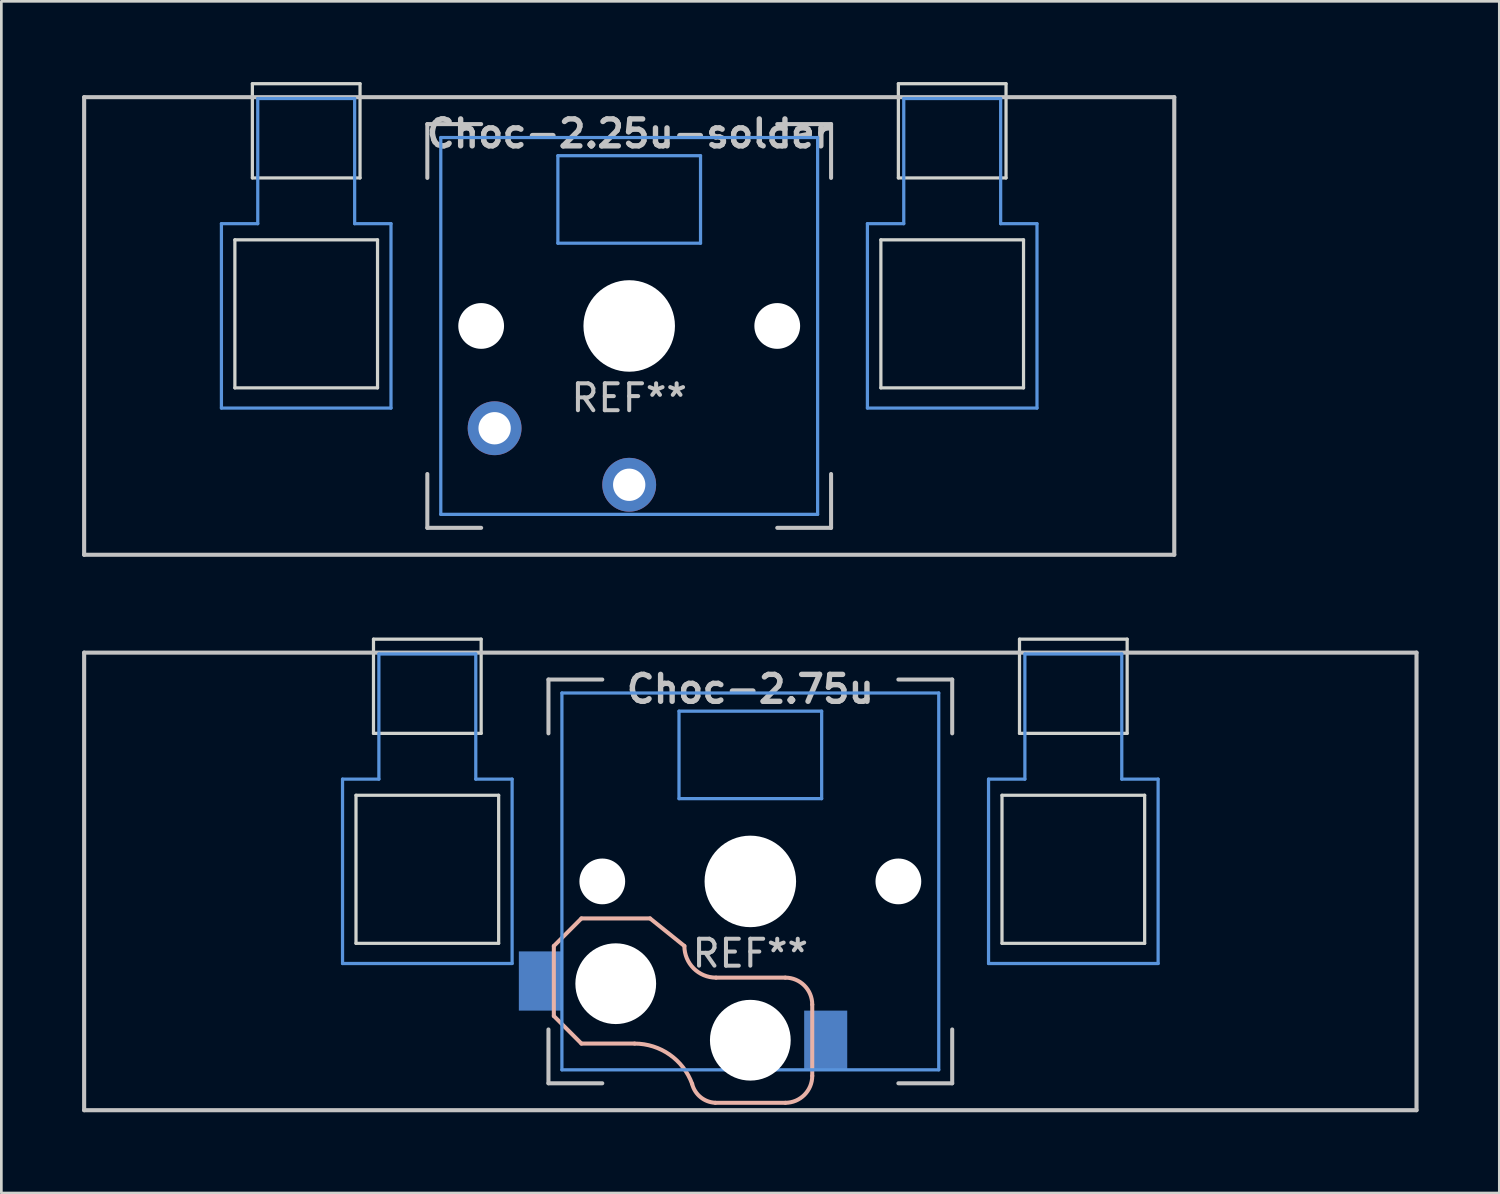
<source format=kicad_pcb>
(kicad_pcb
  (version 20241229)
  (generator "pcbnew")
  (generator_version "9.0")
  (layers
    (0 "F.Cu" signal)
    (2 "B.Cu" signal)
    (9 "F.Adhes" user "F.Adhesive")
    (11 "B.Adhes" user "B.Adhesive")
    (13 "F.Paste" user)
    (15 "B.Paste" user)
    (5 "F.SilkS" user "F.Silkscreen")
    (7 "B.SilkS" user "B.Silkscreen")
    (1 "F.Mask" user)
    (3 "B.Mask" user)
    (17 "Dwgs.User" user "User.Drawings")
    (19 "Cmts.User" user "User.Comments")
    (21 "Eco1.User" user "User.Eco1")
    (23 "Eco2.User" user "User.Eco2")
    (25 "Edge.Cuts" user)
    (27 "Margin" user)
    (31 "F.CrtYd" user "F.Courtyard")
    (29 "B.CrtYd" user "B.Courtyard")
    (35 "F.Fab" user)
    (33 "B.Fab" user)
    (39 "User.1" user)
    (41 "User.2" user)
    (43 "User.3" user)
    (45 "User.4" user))
  (footprint "Choc-2.25u-solder"
    (layer "F.Cu")
    (at 20.326 9.06)
    (property "Reference" "Choc-2.25u-solder" (at 0 -7.144 180) (layer "Dwgs.User") (effects (font (size 1 1) (thickness 0.2))))
    (attr through_hole)
    (fp_line (start -20.25 -8.5) (end 20.25 -8.5) (stroke (width 0.152) (type solid)) (layer "Dwgs.User"))
    (fp_line (start -20.25 8.5) (end -20.25 -8.5) (stroke (width 0.152) (type solid)) (layer "Dwgs.User"))
    (fp_line (start -7.5 -7.5) (end -7.5 -5.5) (stroke (width 0.15) (type solid)) (layer "Dwgs.User"))
    (fp_line (start -7.5 7.5) (end -7.5 5.5) (stroke (width 0.15) (type solid)) (layer "Dwgs.User"))
    (fp_line (start -5.5 -7.5) (end -7.5 -7.5) (stroke (width 0.15) (type solid)) (layer "Dwgs.User"))
    (fp_line (start -5.5 7.5) (end -7.5 7.5) (stroke (width 0.15) (type solid)) (layer "Dwgs.User"))
    (fp_line (start 5.5 -7.5) (end 7.5 -7.5) (stroke (width 0.15) (type solid)) (layer "Dwgs.User"))
    (fp_line (start 5.5 7.5) (end 7.5 7.5) (stroke (width 0.15) (type solid)) (layer "Dwgs.User"))
    (fp_line (start 7.5 -7.5) (end 7.5 -5.5) (stroke (width 0.15) (type solid)) (layer "Dwgs.User"))
    (fp_line (start 7.5 7.5) (end 7.5 5.5) (stroke (width 0.15) (type solid)) (layer "Dwgs.User"))
    (fp_line (start 20.25 -8.5) (end 20.25 8.5) (stroke (width 0.152) (type solid)) (layer "Dwgs.User"))
    (fp_line (start 20.25 8.5) (end -20.25 8.5) (stroke (width 0.152) (type solid)) (layer "Dwgs.User"))
    (fp_line (start -15.15 -3.8) (end -13.8 -3.8) (stroke (width 0.12) (type solid)) (layer "Cmts.User"))
    (fp_line (start -15.15 3.05) (end -15.15 -3.8) (stroke (width 0.12) (type solid)) (layer "Cmts.User"))
    (fp_line (start -15.15 3.05) (end -8.85 3.05) (stroke (width 0.12) (type solid)) (layer "Cmts.User"))
    (fp_line (start -13.8 -8.45) (end -13.8 -3.8) (stroke (width 0.12) (type solid)) (layer "Cmts.User"))
    (fp_line (start -13.8 -8.45) (end -10.2 -8.45) (stroke (width 0.12) (type solid)) (layer "Cmts.User"))
    (fp_line (start -10.2 -8.45) (end -10.2 -3.8) (stroke (width 0.12) (type solid)) (layer "Cmts.User"))
    (fp_line (start -10.2 -3.8) (end -8.85 -3.8) (stroke (width 0.12) (type solid)) (layer "Cmts.User"))
    (fp_line (start -8.85 3.05) (end -8.85 -3.8) (stroke (width 0.12) (type solid)) (layer "Cmts.User"))
    (fp_line (start -7 -7) (end -7 7) (stroke (width 0.12) (type solid)) (layer "Cmts.User"))
    (fp_line (start -7 7) (end 7 7) (stroke (width 0.12) (type solid)) (layer "Cmts.User"))
    (fp_line (start -2.65 -6.325) (end 2.65 -6.325) (stroke (width 0.12) (type solid)) (layer "Cmts.User"))
    (fp_line (start -2.65 -3.075) (end -2.65 -6.325) (stroke (width 0.12) (type solid)) (layer "Cmts.User"))
    (fp_line (start 2.65 -6.325) (end 2.65 -3.075) (stroke (width 0.12) (type solid)) (layer "Cmts.User"))
    (fp_line (start 2.65 -3.075) (end -2.65 -3.075) (stroke (width 0.12) (type solid)) (layer "Cmts.User"))
    (fp_line (start 7 -7) (end -7 -7) (stroke (width 0.12) (type solid)) (layer "Cmts.User"))
    (fp_line (start 7 7) (end 7 -7) (stroke (width 0.12) (type solid)) (layer "Cmts.User"))
    (fp_line (start 8.85 -3.8) (end 10.2 -3.8) (stroke (width 0.12) (type solid)) (layer "Cmts.User"))
    (fp_line (start 8.85 3.05) (end 8.85 -3.8) (stroke (width 0.12) (type solid)) (layer "Cmts.User"))
    (fp_line (start 8.85 3.05) (end 15.15 3.05) (stroke (width 0.12) (type solid)) (layer "Cmts.User"))
    (fp_line (start 10.2 -8.45) (end 10.2 -3.8) (stroke (width 0.12) (type solid)) (layer "Cmts.User"))
    (fp_line (start 10.2 -8.45) (end 13.8 -8.45) (stroke (width 0.12) (type solid)) (layer "Cmts.User"))
    (fp_line (start 13.8 -8.45) (end 13.8 -3.8) (stroke (width 0.12) (type solid)) (layer "Cmts.User"))
    (fp_line (start 13.8 -3.8) (end 15.15 -3.8) (stroke (width 0.12) (type solid)) (layer "Cmts.User"))
    (fp_line (start 15.15 3.05) (end 15.15 -3.8) (stroke (width 0.12) (type solid)) (layer "Cmts.User"))
    (fp_line (start -14.65 -3.2) (end -14.65 2.3) (stroke (width 0.12) (type solid)) (layer "Edge.Cuts"))
    (fp_line (start -14.65 -3.2) (end -9.35 -3.2) (stroke (width 0.12) (type solid)) (layer "Edge.Cuts"))
    (fp_line (start -14.65 2.3) (end -9.35 2.3) (stroke (width 0.12) (type solid)) (layer "Edge.Cuts"))
    (fp_line (start -14 -9) (end -14 -5.5) (stroke (width 0.12) (type solid)) (layer "Edge.Cuts"))
    (fp_line (start -14 -9) (end -10 -9) (stroke (width 0.12) (type solid)) (layer "Edge.Cuts"))
    (fp_line (start -14 -5.5) (end -10 -5.5) (stroke (width 0.12) (type solid)) (layer "Edge.Cuts"))
    (fp_line (start -10 -5.5) (end -10 -9) (stroke (width 0.12) (type solid)) (layer "Edge.Cuts"))
    (fp_line (start -9.35 2.3) (end -9.35 -3.2) (stroke (width 0.12) (type solid)) (layer "Edge.Cuts"))
    (fp_line (start 9.35 -3.2) (end 9.35 2.3) (stroke (width 0.12) (type solid)) (layer "Edge.Cuts"))
    (fp_line (start 9.35 -3.2) (end 14.65 -3.2) (stroke (width 0.12) (type solid)) (layer "Edge.Cuts"))
    (fp_line (start 9.35 2.3) (end 14.65 2.3) (stroke (width 0.12) (type solid)) (layer "Edge.Cuts"))
    (fp_line (start 10 -9) (end 10 -5.5) (stroke (width 0.12) (type solid)) (layer "Edge.Cuts"))
    (fp_line (start 10 -9) (end 14 -9) (stroke (width 0.12) (type solid)) (layer "Edge.Cuts"))
    (fp_line (start 10 -5.5) (end 14 -5.5) (stroke (width 0.12) (type solid)) (layer "Edge.Cuts"))
    (fp_line (start 14 -5.5) (end 14 -9) (stroke (width 0.12) (type solid)) (layer "Edge.Cuts"))
    (fp_line (start 14.65 2.3) (end 14.65 -3.2) (stroke (width 0.12) (type solid)) (layer "Edge.Cuts"))
    (fp_text user "REF**" (at 0 2.675 0) (layer "Dwgs.User") (effects (font (size 1 1) (thickness 0.15))))
    (pad "" np_thru_hole circle (at -5.5 0 180) (size 1.7 1.7) (drill 1.7) (layers "*.Cu" "*.Mask"))
    (pad "" np_thru_hole circle (at 0 0 90) (size 3.4 3.4) (drill 3.4) (layers "*.Cu" "*.Mask"))
    (pad "" np_thru_hole circle (at 5.5 0 180) (size 1.7 1.7) (drill 1.7) (layers "*.Cu" "*.Mask"))
    (pad "1" thru_hole circle (at 0 5.9 180) (size 2 2) (drill 1.2) (layers "*.Cu" "*.Mask"))
    (pad "2" thru_hole circle (at -5 3.8 41.9) (size 2 2) (drill 1.2) (layers "*.Cu" "*.Mask")))
  (footprint "Choc-2.75u"
    (layer "F.Cu")
    (at 24.826 29.696)
    (property "Reference" "Choc-2.75u" (at 0 -7.144 180) (layer "Dwgs.User") (effects (font (size 1 1) (thickness 0.2))))
    (attr through_hole)
    (fp_line (start -7.3 2.4) (end -7.3 5) (stroke (width 0.15) (type solid)) (layer "B.SilkS"))
    (fp_line (start -7.3 2.4) (end -6.275 1.375) (stroke (width 0.15) (type solid)) (layer "B.SilkS"))
    (fp_line (start -7.3 5) (end -6.275 6.025) (stroke (width 0.15) (type solid)) (layer "B.SilkS"))
    (fp_line (start -4.3 6.025) (end -6.275 6.025) (stroke (width 0.15) (type solid)) (layer "B.SilkS"))
    (fp_line (start -3.725 1.375) (end -6.275 1.375) (stroke (width 0.15) (type solid)) (layer "B.SilkS"))
    (fp_line (start -3.725 1.375) (end -2.45 2.4) (stroke (width 0.15) (type solid)) (layer "B.SilkS"))
    (fp_line (start 1.3 3.575) (end -1.275 3.575) (stroke (width 0.15) (type solid)) (layer "B.SilkS"))
    (fp_line (start 1.3 8.225) (end -1.3 8.225) (stroke (width 0.15) (type solid)) (layer "B.SilkS"))
    (fp_line (start 2.3 4.575) (end 2.3 7.225) (stroke (width 0.15) (type solid)) (layer "B.SilkS"))
    (fp_arc (start -4.3 6.025) (mid -2.995114 6.436429) (end -2.162199 7.521904) (stroke (width 0.15) (type solid)) (layer "B.SilkS"))
    (fp_arc (start -1.300995 8.223791) (mid -1.848284 8.016021) (end -2.162199 7.521904) (stroke (width 0.15) (type solid)) (layer "B.SilkS"))
    (fp_arc (start -1.275 3.575) (mid -2.10585 3.23085) (end -2.45 2.4) (stroke (width 0.15) (type solid)) (layer "B.SilkS"))
    (fp_arc (start 1.3 3.575) (mid 2.007107 3.867893) (end 2.3 4.575) (stroke (width 0.15) (type solid)) (layer "B.SilkS"))
    (fp_arc (start 2.3 7.225) (mid 2.007107 7.932107) (end 1.3 8.225) (stroke (width 0.15) (type solid)) (layer "B.SilkS"))
    (fp_line (start -24.75 -8.5) (end 24.75 -8.5) (stroke (width 0.152) (type solid)) (layer "Dwgs.User"))
    (fp_line (start -24.75 8.5) (end -24.75 -8.5) (stroke (width 0.152) (type solid)) (layer "Dwgs.User"))
    (fp_line (start -7.5 -7.5) (end -7.5 -5.5) (stroke (width 0.15) (type solid)) (layer "Dwgs.User"))
    (fp_line (start -7.5 7.5) (end -7.5 5.5) (stroke (width 0.15) (type solid)) (layer "Dwgs.User"))
    (fp_line (start -5.5 -7.5) (end -7.5 -7.5) (stroke (width 0.15) (type solid)) (layer "Dwgs.User"))
    (fp_line (start -5.5 7.5) (end -7.5 7.5) (stroke (width 0.15) (type solid)) (layer "Dwgs.User"))
    (fp_line (start 5.5 -7.5) (end 7.5 -7.5) (stroke (width 0.15) (type solid)) (layer "Dwgs.User"))
    (fp_line (start 5.5 7.5) (end 7.5 7.5) (stroke (width 0.15) (type solid)) (layer "Dwgs.User"))
    (fp_line (start 7.5 -7.5) (end 7.5 -5.5) (stroke (width 0.15) (type solid)) (layer "Dwgs.User"))
    (fp_line (start 7.5 7.5) (end 7.5 5.5) (stroke (width 0.15) (type solid)) (layer "Dwgs.User"))
    (fp_line (start 24.75 -8.5) (end 24.75 8.5) (stroke (width 0.152) (type solid)) (layer "Dwgs.User"))
    (fp_line (start 24.75 8.5) (end -24.75 8.5) (stroke (width 0.152) (type solid)) (layer "Dwgs.User"))
    (fp_line (start -15.15 -3.8) (end -13.8 -3.8) (stroke (width 0.12) (type solid)) (layer "Cmts.User"))
    (fp_line (start -15.15 3.05) (end -15.15 -3.8) (stroke (width 0.12) (type solid)) (layer "Cmts.User"))
    (fp_line (start -15.15 3.05) (end -8.85 3.05) (stroke (width 0.12) (type solid)) (layer "Cmts.User"))
    (fp_line (start -13.8 -8.45) (end -13.8 -3.8) (stroke (width 0.12) (type solid)) (layer "Cmts.User"))
    (fp_line (start -13.8 -8.45) (end -10.2 -8.45) (stroke (width 0.12) (type solid)) (layer "Cmts.User"))
    (fp_line (start -10.2 -8.45) (end -10.2 -3.8) (stroke (width 0.12) (type solid)) (layer "Cmts.User"))
    (fp_line (start -10.2 -3.8) (end -8.85 -3.8) (stroke (width 0.12) (type solid)) (layer "Cmts.User"))
    (fp_line (start -8.85 3.05) (end -8.85 -3.8) (stroke (width 0.12) (type solid)) (layer "Cmts.User"))
    (fp_line (start -7 -7) (end -7 7) (stroke (width 0.12) (type solid)) (layer "Cmts.User"))
    (fp_line (start -7 7) (end 7 7) (stroke (width 0.12) (type solid)) (layer "Cmts.User"))
    (fp_line (start -2.65 -6.325) (end 2.65 -6.325) (stroke (width 0.12) (type solid)) (layer "Cmts.User"))
    (fp_line (start -2.65 -3.075) (end -2.65 -6.325) (stroke (width 0.12) (type solid)) (layer "Cmts.User"))
    (fp_line (start 2.65 -6.325) (end 2.65 -3.075) (stroke (width 0.12) (type solid)) (layer "Cmts.User"))
    (fp_line (start 2.65 -3.075) (end -2.65 -3.075) (stroke (width 0.12) (type solid)) (layer "Cmts.User"))
    (fp_line (start 7 -7) (end -7 -7) (stroke (width 0.12) (type solid)) (layer "Cmts.User"))
    (fp_line (start 7 7) (end 7 -7) (stroke (width 0.12) (type solid)) (layer "Cmts.User"))
    (fp_line (start 8.85 -3.8) (end 10.2 -3.8) (stroke (width 0.12) (type solid)) (layer "Cmts.User"))
    (fp_line (start 8.85 3.05) (end 8.85 -3.8) (stroke (width 0.12) (type solid)) (layer "Cmts.User"))
    (fp_line (start 8.85 3.05) (end 15.15 3.05) (stroke (width 0.12) (type solid)) (layer "Cmts.User"))
    (fp_line (start 10.2 -8.45) (end 10.2 -3.8) (stroke (width 0.12) (type solid)) (layer "Cmts.User"))
    (fp_line (start 10.2 -8.45) (end 13.8 -8.45) (stroke (width 0.12) (type solid)) (layer "Cmts.User"))
    (fp_line (start 13.8 -8.45) (end 13.8 -3.8) (stroke (width 0.12) (type solid)) (layer "Cmts.User"))
    (fp_line (start 13.8 -3.8) (end 15.15 -3.8) (stroke (width 0.12) (type solid)) (layer "Cmts.User"))
    (fp_line (start 15.15 3.05) (end 15.15 -3.8) (stroke (width 0.12) (type solid)) (layer "Cmts.User"))
    (fp_line (start -14.65 -3.2) (end -14.65 2.3) (stroke (width 0.12) (type solid)) (layer "Edge.Cuts"))
    (fp_line (start -14.65 -3.2) (end -9.35 -3.2) (stroke (width 0.12) (type solid)) (layer "Edge.Cuts"))
    (fp_line (start -14.65 2.3) (end -9.35 2.3) (stroke (width 0.12) (type solid)) (layer "Edge.Cuts"))
    (fp_line (start -14 -9) (end -14 -5.5) (stroke (width 0.12) (type solid)) (layer "Edge.Cuts"))
    (fp_line (start -14 -9) (end -10 -9) (stroke (width 0.12) (type solid)) (layer "Edge.Cuts"))
    (fp_line (start -14 -5.5) (end -10 -5.5) (stroke (width 0.12) (type solid)) (layer "Edge.Cuts"))
    (fp_line (start -10 -5.5) (end -10 -9) (stroke (width 0.12) (type solid)) (layer "Edge.Cuts"))
    (fp_line (start -9.35 2.3) (end -9.35 -3.2) (stroke (width 0.12) (type solid)) (layer "Edge.Cuts"))
    (fp_line (start 9.35 -3.2) (end 9.35 2.3) (stroke (width 0.12) (type solid)) (layer "Edge.Cuts"))
    (fp_line (start 9.35 -3.2) (end 14.65 -3.2) (stroke (width 0.12) (type solid)) (layer "Edge.Cuts"))
    (fp_line (start 9.35 2.3) (end 14.65 2.3) (stroke (width 0.12) (type solid)) (layer "Edge.Cuts"))
    (fp_line (start 10 -9) (end 10 -5.5) (stroke (width 0.12) (type solid)) (layer "Edge.Cuts"))
    (fp_line (start 10 -9) (end 14 -9) (stroke (width 0.12) (type solid)) (layer "Edge.Cuts"))
    (fp_line (start 10 -5.5) (end 14 -5.5) (stroke (width 0.12) (type solid)) (layer "Edge.Cuts"))
    (fp_line (start 14 -5.5) (end 14 -9) (stroke (width 0.12) (type solid)) (layer "Edge.Cuts"))
    (fp_line (start 14.65 2.3) (end 14.65 -3.2) (stroke (width 0.12) (type solid)) (layer "Edge.Cuts"))
    (fp_text user "REF**" (at 0 2.675 0) (layer "Dwgs.User") (effects (font (size 1 1) (thickness 0.15))))
    (pad "" np_thru_hole circle (at -5.5 0 180) (size 1.7 1.7) (drill 1.7) (layers "*.Cu" "*.Mask"))
    (pad "" np_thru_hole circle (at -5 3.8 90) (size 3 3) (drill 3) (layers "*.Cu" "*.Mask"))
    (pad "" np_thru_hole circle (at 0 0 90) (size 3.4 3.4) (drill 3.4) (layers "*.Cu" "*.Mask"))
    (pad "" np_thru_hole circle (at 0 5.9 90) (size 3 3) (drill 3) (layers "*.Cu" "*.Mask"))
    (pad "" np_thru_hole circle (at 5.5 0 180) (size 1.7 1.7) (drill 1.7) (layers "*.Cu" "*.Mask"))
    (pad "1" smd rect (at -7.8 3.7 180) (size 1.6 2.2) (layers "B.Cu" "B.Mask" "B.Paste"))
    (pad "2" smd rect (at 2.8 5.9 180) (size 1.6 2.2) (layers "B.Cu" "B.Mask" "B.Paste")))
  (gr_rect
    (start -3 -3)
    (end 52.652 41.272)
    (stroke (width 0.1) (type default))
    (fill no)
    (layer "Edge.Cuts")))
</source>
